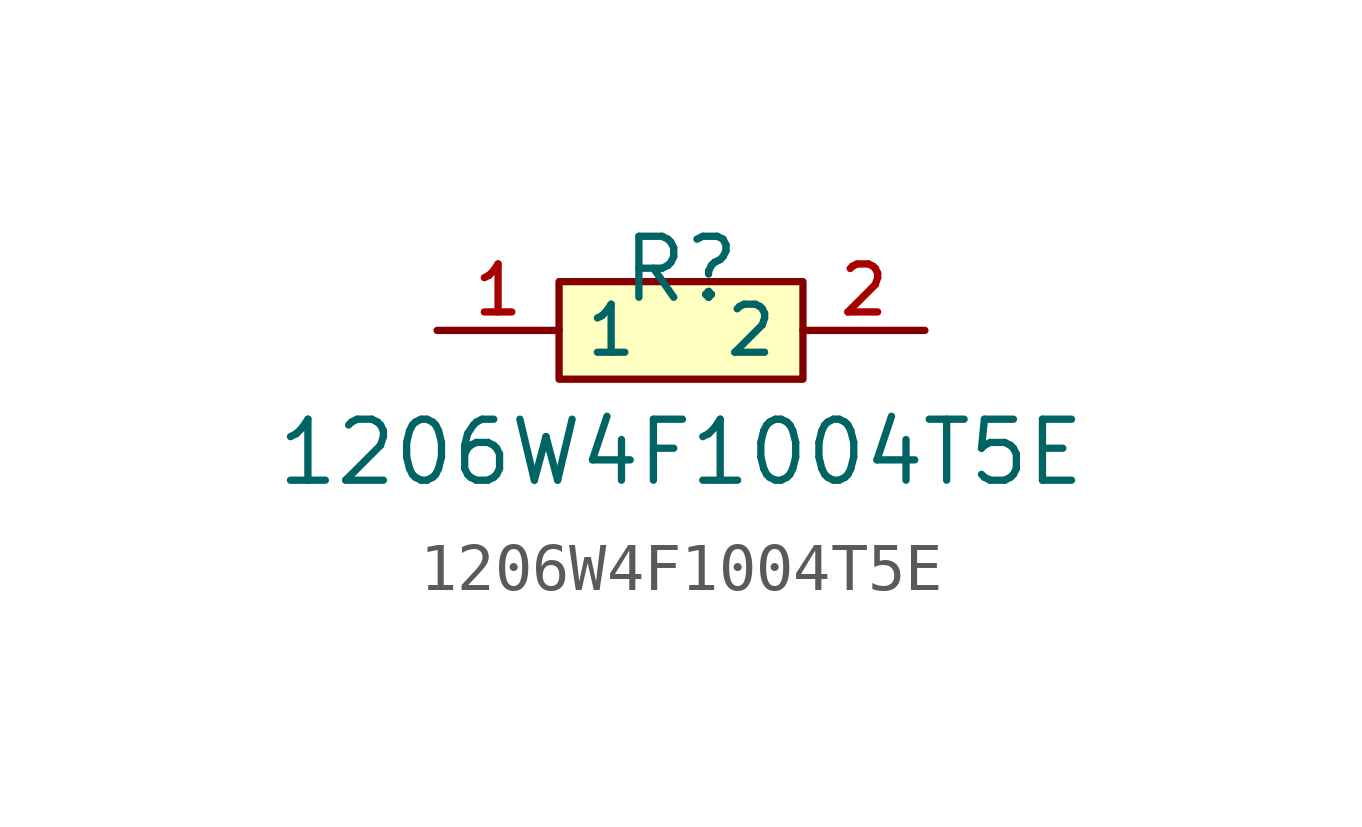
<source format=kicad_sym>
(kicad_symbol_lib
  (version 20210201)
  (generator TousstNicolas/JLC2KiCad_lib)
  (symbol "1206W4F1004T5E"
    (property "Reference" "R"
      (at 0 1.27 0)
      (effects (font (size 1.27 1.27))))
    (property "Value" "1206W4F1004T5E"
      (at 0 -2.54 0)
      (effects (font (size 1.27 1.27))))
    (symbol "1206W4F1004T5E_0_1"
      (pin input line (at 5.08 -0.0 180) (length 2.54) (name "2" (effects (font (size 1 1)))) (number "2" (effects (font (size 1 1)))))
      (pin input line (at -5.08 -0.0 0) (length 2.54) (name "1" (effects (font (size 1 1)))) (number "1" (effects (font (size 1 1)))))
      (rectangle (start -2.54 1.016) (end 2.54 -1.016) (stroke (width 0) (type default) (color 0 0 0 0)) (fill (type background))))))
</source>
